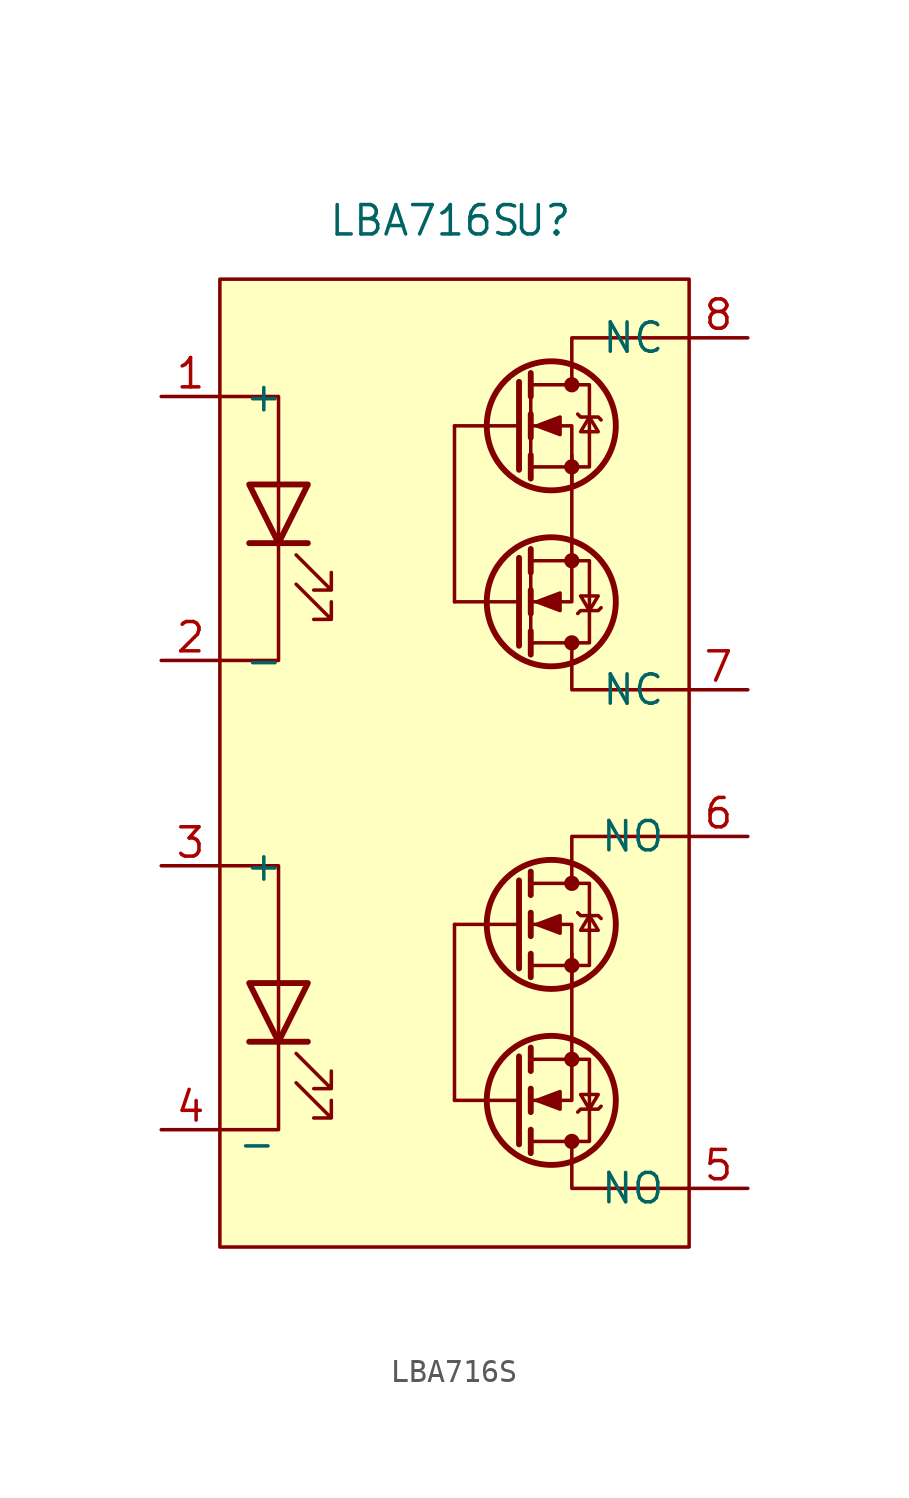
<source format=kicad_sym>
(kicad_symbol_lib
  (version 20211014)
  (generator kicad_symbol_editor)
  (symbol "LBA716S"
    (pin_names
      (offset 1.016))
    (property "Reference" "U"
      (at -1.27 7.62 0)
      (effects (font (size 1.27 1.27))))
    (property "Value" "LBA716S"
      (at -6.35 7.62 0)
      (effects (font (size 1.27 1.27))))
    (symbol "LBA716S_0_1"
      (rectangle (start -15.24 5.08) (end 5.08 -36.83) (stroke (width 0) (type default) (color 0 0 0 0)) (fill (type background)))
      (polyline (pts (xy -5.08 -22.86) (xy -5.08 -30.48)) (stroke (width 0) (type default) (color 0 0 0 0)) (fill (type none)))
      (polyline (pts (xy -1.778 -6.579) (xy -1.778 -11.201)) (stroke (width 0) (type default) (color 0 0 0 0)) (fill (type none)))
      (polyline (pts (xy -1.778 -3.581) (xy -1.778 1.041)) (stroke (width 0) (type default) (color 0 0 0 0)) (fill (type none)))
      (polyline (pts (xy 0 -24.13) (xy 0 -27.94)) (stroke (width 0) (type default) (color 0 0 0 0)) (fill (type none)))
      (polyline (pts (xy -12.7 -27.94) (xy -12.7 -31.75) (xy -15.24 -31.75)) (stroke (width 0) (type default) (color 0 0 0 0)) (fill (type none)))
      (polyline (pts (xy -12.7 -25.4) (xy -12.7 -20.32) (xy -15.24 -20.32)) (stroke (width 0) (type default) (color 0 0 0 0)) (fill (type none)))
      (polyline (pts (xy -12.7 -6.35) (xy -12.7 -11.43) (xy -15.24 -11.43)) (stroke (width 0) (type default) (color 0 0 0 0)) (fill (type none)))
      (polyline (pts (xy -12.7 -3.81) (xy -12.7 0) (xy -15.24 0)) (stroke (width 0) (type default) (color 0 0 0 0)) (fill (type none)))
      (polyline (pts (xy 0 -33.02) (xy 0 -34.29) (xy 5.08 -34.29)) (stroke (width 0) (type default) (color 0 0 0 0)) (fill (type none)))
      (polyline (pts (xy 0 -20.32) (xy 0 -19.05) (xy 5.08 -19.05)) (stroke (width 0) (type default) (color 0 0 0 0)) (fill (type none)))
      (polyline (pts (xy 0 -11.43) (xy 0 -12.7) (xy 5.08 -12.7)) (stroke (width 0) (type default) (color 0 0 0 0)) (fill (type none)))
      (polyline (pts (xy 0 1.27) (xy 0 2.54) (xy 5.08 2.54)) (stroke (width 0) (type default) (color 0 0 0 0)) (fill (type none))))
    (symbol "LBA716S_1_1"
      (circle (center -0.889 -30.48) (radius 2.794) (stroke (width 0.254) (type default) (color 0 0 0 0)) (fill (type none)))
      (circle (center -0.889 -22.86) (radius 2.794) (stroke (width 0.254) (type default) (color 0 0 0 0)) (fill (type none)))
      (circle (center -0.889 -8.89) (radius 2.794) (stroke (width 0.254) (type default) (color 0 0 0 0)) (fill (type none)))
      (circle (center -0.889 -1.27) (radius 2.794) (stroke (width 0.254) (type default) (color 0 0 0 0)) (fill (type none)))
      (circle (center 0 -32.258) (radius 0.254) (stroke (width 0) (type default) (color 0 0 0 0)) (fill (type outline)))
      (circle (center 0 -28.702) (radius 0.254) (stroke (width 0) (type default) (color 0 0 0 0)) (fill (type outline)))
      (circle (center 0 -24.638) (radius 0.254) (stroke (width 0) (type default) (color 0 0 0 0)) (fill (type outline)))
      (circle (center 0 -21.082) (radius 0.254) (stroke (width 0) (type default) (color 0 0 0 0)) (fill (type outline)))
      (circle (center 0 -10.668) (radius 0.254) (stroke (width 0) (type default) (color 0 0 0 0)) (fill (type outline)))
      (circle (center 0 -7.112) (radius 0.254) (stroke (width 0) (type default) (color 0 0 0 0)) (fill (type outline)))
      (circle (center 0 -3.048) (radius 0.254) (stroke (width 0) (type default) (color 0 0 0 0)) (fill (type outline)))
      (polyline (pts (xy -12.7 -27.94) (xy -12.7 -25.4)) (stroke (width 0) (type default) (color 0 0 0 0)) (fill (type none)))
      (polyline (pts (xy -12.7 -6.35) (xy -12.7 -3.81)) (stroke (width 0) (type default) (color 0 0 0 0)) (fill (type none)))
      (polyline (pts (xy -11.43 -27.94) (xy -13.97 -27.94)) (stroke (width 0.254) (type default) (color 0 0 0 0)) (fill (type none)))
      (polyline (pts (xy -11.43 -6.35) (xy -13.97 -6.35)) (stroke (width 0.254) (type default) (color 0 0 0 0)) (fill (type none)))
      (polyline (pts (xy -5.08 -1.27) (xy -5.08 -8.89)) (stroke (width 0) (type default) (color 0 0 0 0)) (fill (type none)))
      (polyline (pts (xy -2.286 -32.385) (xy -2.286 -28.575)) (stroke (width 0.254) (type default) (color 0 0 0 0)) (fill (type none)))
      (polyline (pts (xy -2.286 -30.48) (xy -5.08 -30.48)) (stroke (width 0) (type default) (color 0 0 0 0)) (fill (type none)))
      (polyline (pts (xy -2.286 -22.86) (xy -5.08 -22.86)) (stroke (width 0) (type default) (color 0 0 0 0)) (fill (type none)))
      (polyline (pts (xy -2.286 -20.955) (xy -2.286 -24.765)) (stroke (width 0.254) (type default) (color 0 0 0 0)) (fill (type none)))
      (polyline (pts (xy -2.286 -10.795) (xy -2.286 -6.985)) (stroke (width 0.254) (type default) (color 0 0 0 0)) (fill (type none)))
      (polyline (pts (xy -2.286 -8.89) (xy -5.08 -8.89)) (stroke (width 0) (type default) (color 0 0 0 0)) (fill (type none)))
      (polyline (pts (xy -2.286 -1.27) (xy -5.08 -1.27)) (stroke (width 0) (type default) (color 0 0 0 0)) (fill (type none)))
      (polyline (pts (xy -2.286 0.635) (xy -2.286 -3.175)) (stroke (width 0.254) (type default) (color 0 0 0 0)) (fill (type none)))
      (polyline (pts (xy -1.778 -32.766) (xy -1.778 -31.75)) (stroke (width 0.254) (type default) (color 0 0 0 0)) (fill (type none)))
      (polyline (pts (xy -1.778 -30.988) (xy -1.778 -29.972)) (stroke (width 0.254) (type default) (color 0 0 0 0)) (fill (type none)))
      (polyline (pts (xy -1.778 -29.21) (xy -1.778 -28.194)) (stroke (width 0.254) (type default) (color 0 0 0 0)) (fill (type none)))
      (polyline (pts (xy -1.778 -24.13) (xy -1.778 -25.146)) (stroke (width 0.254) (type default) (color 0 0 0 0)) (fill (type none)))
      (polyline (pts (xy -1.778 -22.352) (xy -1.778 -23.368)) (stroke (width 0.254) (type default) (color 0 0 0 0)) (fill (type none)))
      (polyline (pts (xy -1.778 -20.574) (xy -1.778 -21.59)) (stroke (width 0.254) (type default) (color 0 0 0 0)) (fill (type none)))
      (polyline (pts (xy -1.778 -11.176) (xy -1.778 -10.16)) (stroke (width 0.254) (type default) (color 0 0 0 0)) (fill (type none)))
      (polyline (pts (xy -1.778 -9.398) (xy -1.778 -8.382)) (stroke (width 0.254) (type default) (color 0 0 0 0)) (fill (type none)))
      (polyline (pts (xy -1.778 -7.62) (xy -1.778 -6.604)) (stroke (width 0.254) (type default) (color 0 0 0 0)) (fill (type none)))
      (polyline (pts (xy -1.778 -2.54) (xy -1.778 -3.556)) (stroke (width 0.254) (type default) (color 0 0 0 0)) (fill (type none)))
      (polyline (pts (xy -1.778 -0.762) (xy -1.778 -1.778)) (stroke (width 0.254) (type default) (color 0 0 0 0)) (fill (type none)))
      (polyline (pts (xy -1.778 1.016) (xy -1.778 0)) (stroke (width 0.254) (type default) (color 0 0 0 0)) (fill (type none)))
      (polyline (pts (xy 0 -33.02) (xy 0 -32.258)) (stroke (width 0) (type default) (color 0 0 0 0)) (fill (type none)))
      (polyline (pts (xy 0 -20.32) (xy 0 -21.082)) (stroke (width 0) (type default) (color 0 0 0 0)) (fill (type none)))
      (polyline (pts (xy 0 -11.43) (xy 0 -10.668)) (stroke (width 0) (type default) (color 0 0 0 0)) (fill (type none)))
      (polyline (pts (xy 0 -2.54) (xy 0 -6.35)) (stroke (width 0) (type default) (color 0 0 0 0)) (fill (type none)))
      (polyline (pts (xy 0 1.27) (xy 0 0.508)) (stroke (width 0) (type default) (color 0 0 0 0)) (fill (type none)))
      (polyline (pts (xy 0 -27.94) (xy 0 -30.48) (xy -1.778 -30.48)) (stroke (width 0) (type default) (color 0 0 0 0)) (fill (type none)))
      (polyline (pts (xy 0 -25.4) (xy 0 -22.86) (xy -1.778 -22.86)) (stroke (width 0) (type default) (color 0 0 0 0)) (fill (type none)))
      (polyline (pts (xy 0 -6.35) (xy 0 -8.89) (xy -1.778 -8.89)) (stroke (width 0) (type default) (color 0 0 0 0)) (fill (type none)))
      (polyline (pts (xy 0 -3.81) (xy 0 -1.27) (xy -1.778 -1.27)) (stroke (width 0) (type default) (color 0 0 0 0)) (fill (type none)))
      (polyline (pts (xy -11.43 -25.4) (xy -13.97 -25.4) (xy -12.7 -27.94) (xy -11.43 -25.4)) (stroke (width 0.254) (type default) (color 0 0 0 0)) (fill (type none)))
      (polyline (pts (xy -11.43 -3.81) (xy -13.97 -3.81) (xy -12.7 -6.35) (xy -11.43 -3.81)) (stroke (width 0.254) (type default) (color 0 0 0 0)) (fill (type none)))
      (polyline (pts (xy -1.778 -28.702) (xy 0.762 -28.702) (xy 0.762 -32.258) (xy -1.778 -32.258)) (stroke (width 0) (type default) (color 0 0 0 0)) (fill (type none)))
      (polyline (pts (xy -1.778 -24.638) (xy 0.762 -24.638) (xy 0.762 -21.082) (xy -1.778 -21.082)) (stroke (width 0) (type default) (color 0 0 0 0)) (fill (type none)))
      (polyline (pts (xy -1.778 -7.112) (xy 0.762 -7.112) (xy 0.762 -10.668) (xy -1.778 -10.668)) (stroke (width 0) (type default) (color 0 0 0 0)) (fill (type none)))
      (polyline (pts (xy -1.778 -3.048) (xy 0.762 -3.048) (xy 0.762 0.508) (xy -1.778 0.508)) (stroke (width 0) (type default) (color 0 0 0 0)) (fill (type none)))
      (polyline (pts (xy -1.524 -30.48) (xy -0.508 -30.861) (xy -0.508 -30.099) (xy -1.524 -30.48)) (stroke (width 0) (type default) (color 0 0 0 0)) (fill (type outline)))
      (polyline (pts (xy -1.524 -22.86) (xy -0.508 -22.479) (xy -0.508 -23.241) (xy -1.524 -22.86)) (stroke (width 0) (type default) (color 0 0 0 0)) (fill (type outline)))
      (polyline (pts (xy -1.524 -8.89) (xy -0.508 -9.271) (xy -0.508 -8.509) (xy -1.524 -8.89)) (stroke (width 0) (type default) (color 0 0 0 0)) (fill (type outline)))
      (polyline (pts (xy -1.524 -1.27) (xy -0.508 -0.889) (xy -0.508 -1.651) (xy -1.524 -1.27)) (stroke (width 0) (type default) (color 0 0 0 0)) (fill (type outline)))
      (polyline (pts (xy 0.254 -30.988) (xy 0.381 -30.861) (xy 1.143 -30.861) (xy 1.27 -30.734)) (stroke (width 0) (type default) (color 0 0 0 0)) (fill (type none)))
      (polyline (pts (xy 0.254 -22.352) (xy 0.381 -22.479) (xy 1.143 -22.479) (xy 1.27 -22.606)) (stroke (width 0) (type default) (color 0 0 0 0)) (fill (type none)))
      (polyline (pts (xy 0.254 -9.398) (xy 0.381 -9.271) (xy 1.143 -9.271) (xy 1.27 -9.144)) (stroke (width 0) (type default) (color 0 0 0 0)) (fill (type none)))
      (polyline (pts (xy 0.254 -0.762) (xy 0.381 -0.889) (xy 1.143 -0.889) (xy 1.27 -1.016)) (stroke (width 0) (type default) (color 0 0 0 0)) (fill (type none)))
      (polyline (pts (xy 0.762 -30.861) (xy 0.381 -30.226) (xy 1.143 -30.226) (xy 0.762 -30.861)) (stroke (width 0) (type default) (color 0 0 0 0)) (fill (type none)))
      (polyline (pts (xy 0.762 -22.479) (xy 0.381 -23.114) (xy 1.143 -23.114) (xy 0.762 -22.479)) (stroke (width 0) (type default) (color 0 0 0 0)) (fill (type none)))
      (polyline (pts (xy 0.762 -9.271) (xy 0.381 -8.636) (xy 1.143 -8.636) (xy 0.762 -9.271)) (stroke (width 0) (type default) (color 0 0 0 0)) (fill (type none)))
      (polyline (pts (xy 0.762 -0.889) (xy 0.381 -1.524) (xy 1.143 -1.524) (xy 0.762 -0.889)) (stroke (width 0) (type default) (color 0 0 0 0)) (fill (type none)))
      (polyline (pts (xy -11.938 -29.718) (xy -10.414 -31.242) (xy -10.414 -30.48) (xy -10.414 -31.242) (xy -11.176 -31.242)) (stroke (width 0) (type default) (color 0 0 0 0)) (fill (type none)))
      (polyline (pts (xy -11.938 -28.448) (xy -10.414 -29.972) (xy -10.414 -29.21) (xy -10.414 -29.972) (xy -11.176 -29.972)) (stroke (width 0) (type default) (color 0 0 0 0)) (fill (type none)))
      (polyline (pts (xy -11.938 -8.128) (xy -10.414 -9.652) (xy -10.414 -8.89) (xy -10.414 -9.652) (xy -11.176 -9.652)) (stroke (width 0) (type default) (color 0 0 0 0)) (fill (type none)))
      (polyline (pts (xy -11.938 -6.858) (xy -10.414 -8.382) (xy -10.414 -7.62) (xy -10.414 -8.382) (xy -11.176 -8.382)) (stroke (width 0) (type default) (color 0 0 0 0)) (fill (type none)))
      (circle (center 0 0.508) (radius 0.254) (stroke (width 0) (type default) (color 0 0 0 0)) (fill (type outline)))
      (pin input line (at -17.78 0 0) (length 2.54) (name "+" (effects (font (size 1.27 1.27)))) (number "1" (effects (font (size 1.27 1.27)))))
      (pin input line (at -17.78 -11.43 0) (length 2.54) (name "-" (effects (font (size 1.27 1.27)))) (number "2" (effects (font (size 1.27 1.27)))))
      (pin input line (at -17.78 -20.32 0) (length 2.54) (name "+" (effects (font (size 1.27 1.27)))) (number "3" (effects (font (size 1.27 1.27)))))
      (pin input line (at -17.78 -31.75 0) (length 2.54) (name "_" (effects (font (size 1.27 1.27)))) (number "4" (effects (font (size 1.27 1.27)))))
      (pin input line (at 7.62 -34.29 180) (length 2.54) (name "NO" (effects (font (size 1.27 1.27)))) (number "5" (effects (font (size 1.27 1.27)))))
      (pin input line (at 7.62 -19.05 180) (length 2.54) (name "NO" (effects (font (size 1.27 1.27)))) (number "6" (effects (font (size 1.27 1.27)))))
      (pin input line (at 7.62 -12.7 180) (length 2.54) (name "NC" (effects (font (size 1.27 1.27)))) (number "7" (effects (font (size 1.27 1.27)))))
      (pin input line (at 7.62 2.54 180) (length 2.54) (name "NC" (effects (font (size 1.27 1.27)))) (number "8" (effects (font (size 1.27 1.27))))))))
</source>
